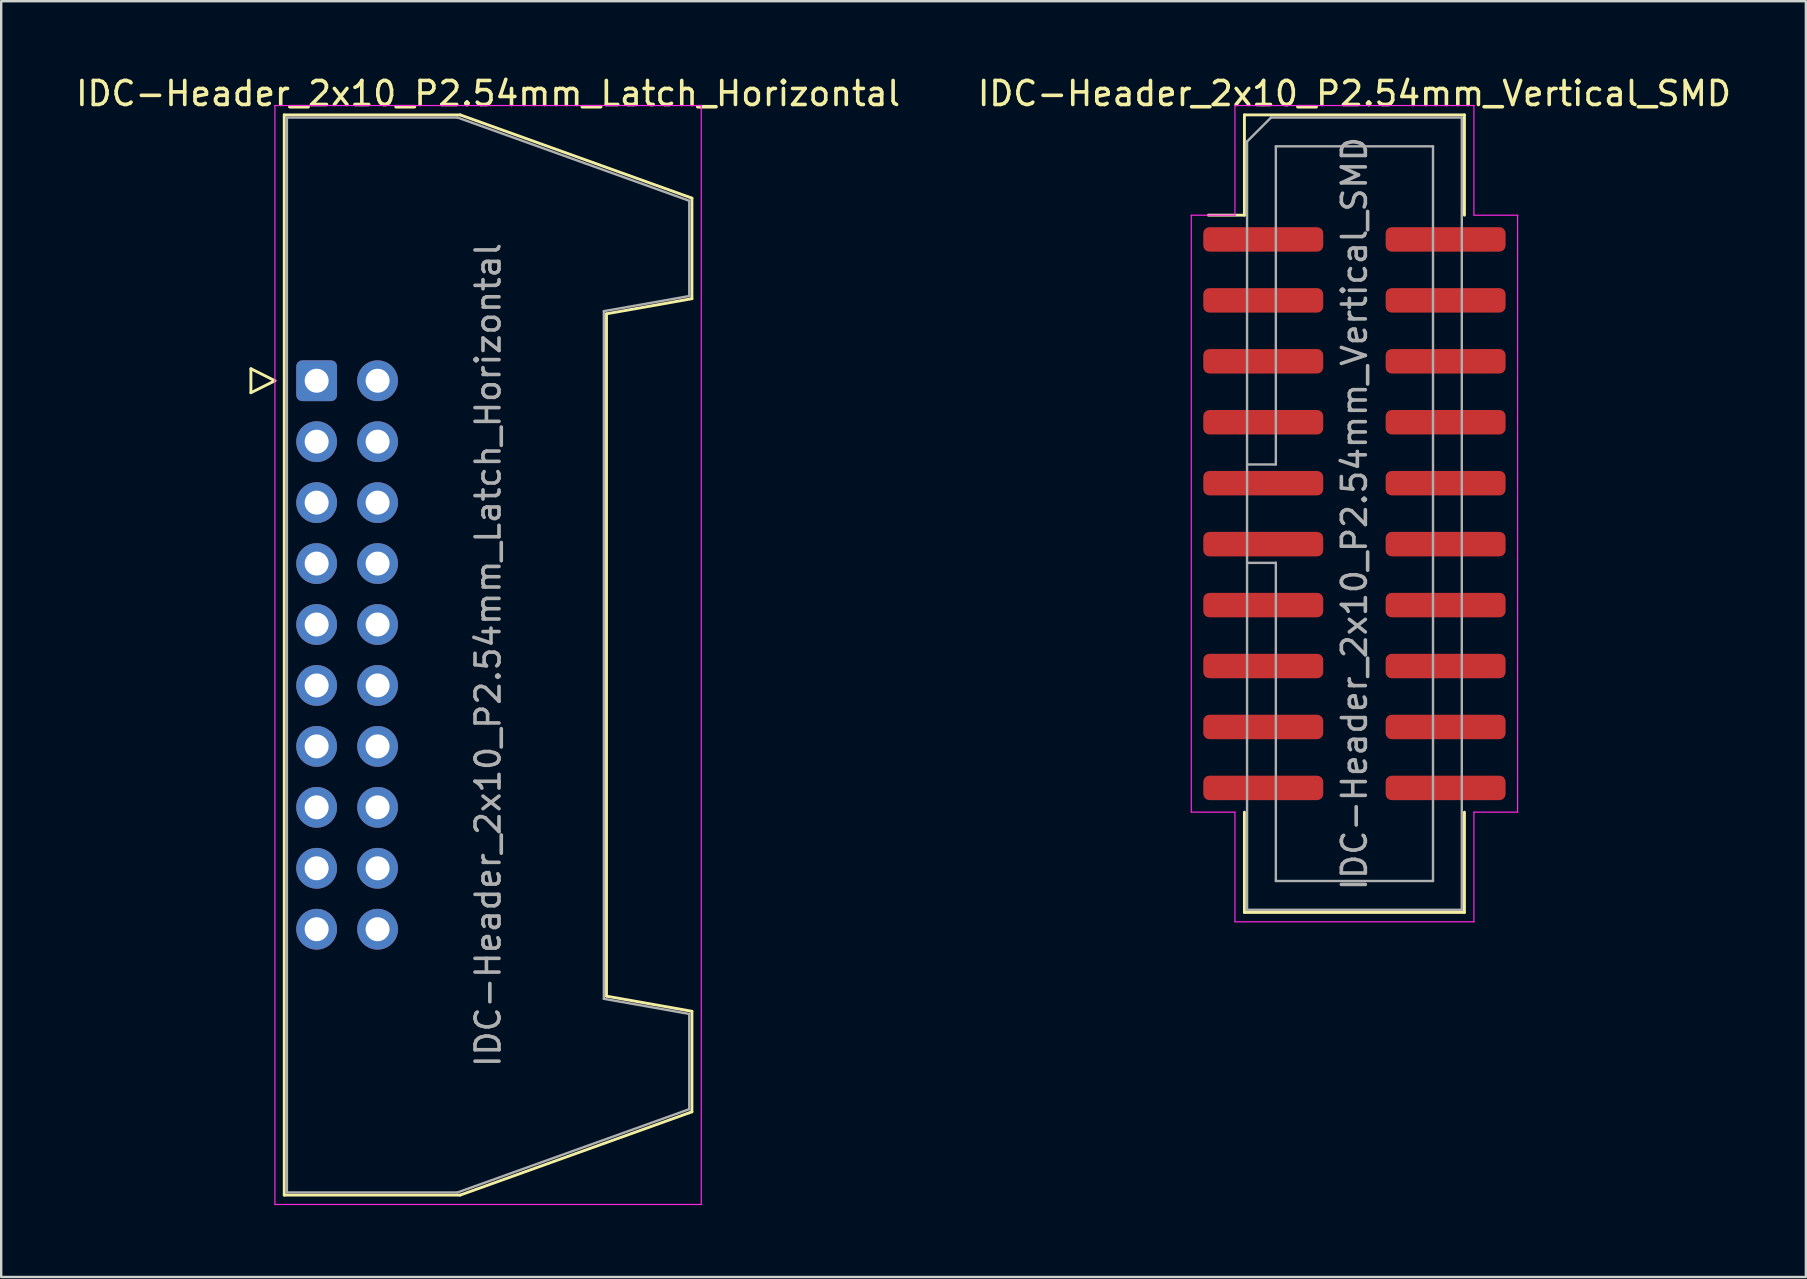
<source format=kicad_pcb>
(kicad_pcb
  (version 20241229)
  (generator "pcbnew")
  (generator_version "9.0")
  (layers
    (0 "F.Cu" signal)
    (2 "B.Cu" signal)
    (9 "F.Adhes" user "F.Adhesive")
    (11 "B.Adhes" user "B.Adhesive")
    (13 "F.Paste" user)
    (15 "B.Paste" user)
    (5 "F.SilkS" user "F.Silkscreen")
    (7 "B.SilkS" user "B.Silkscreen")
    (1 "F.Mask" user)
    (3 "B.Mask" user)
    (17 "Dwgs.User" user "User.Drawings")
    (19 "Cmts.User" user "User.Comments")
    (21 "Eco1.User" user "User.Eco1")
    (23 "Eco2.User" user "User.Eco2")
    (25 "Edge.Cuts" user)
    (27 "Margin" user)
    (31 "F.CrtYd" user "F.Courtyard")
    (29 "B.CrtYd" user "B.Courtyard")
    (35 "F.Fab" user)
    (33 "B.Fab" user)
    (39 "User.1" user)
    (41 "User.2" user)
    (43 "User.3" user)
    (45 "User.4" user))
  (footprint "IDC-Header_2x10_P2.54mm_Latch_Horizontal"
    (layer "F.Cu")
    (at 10.147 12.818)
    (property "Reference" "IDC-Header_2x10_P2.54mm_Latch_Horizontal" (at 7.145 -11.97 0) (layer "F.SilkS") (effects (font (size 1 1) (thickness 0.15))))
    (attr through_hole)
    (fp_line (start -2.74 -0.5) (end -2.74 0.5) (stroke (width 0.12) (type solid)) (layer "F.SilkS"))
    (fp_line (start -2.74 0.5) (end -1.74 0) (stroke (width 0.12) (type solid)) (layer "F.SilkS"))
    (fp_line (start -1.74 0) (end -2.74 -0.5) (stroke (width 0.12) (type solid)) (layer "F.SilkS"))
    (fp_line (start -1.35 -11.08) (end 5.98 -11.08) (stroke (width 0.12) (type solid)) (layer "F.SilkS"))
    (fp_line (start -1.35 33.94) (end -1.35 -11.08) (stroke (width 0.12) (type solid)) (layer "F.SilkS"))
    (fp_line (start 5.98 -11.08) (end 15.64 -7.61) (stroke (width 0.12) (type solid)) (layer "F.SilkS"))
    (fp_line (start 5.98 33.94) (end -1.35 33.94) (stroke (width 0.12) (type solid)) (layer "F.SilkS"))
    (fp_line (start 12.08 -2.79) (end 12.08 25.65) (stroke (width 0.12) (type solid)) (layer "F.SilkS"))
    (fp_line (start 12.08 25.65) (end 15.64 26.28) (stroke (width 0.12) (type solid)) (layer "F.SilkS"))
    (fp_line (start 15.64 -7.61) (end 15.64 -3.42) (stroke (width 0.12) (type solid)) (layer "F.SilkS"))
    (fp_line (start 15.64 -3.42) (end 12.08 -2.79) (stroke (width 0.12) (type solid)) (layer "F.SilkS"))
    (fp_line (start 15.64 26.28) (end 15.64 30.47) (stroke (width 0.12) (type solid)) (layer "F.SilkS"))
    (fp_line (start 15.64 30.47) (end 5.98 33.94) (stroke (width 0.12) (type solid)) (layer "F.SilkS"))
    (fp_line (start -1.74 -11.47) (end -1.74 34.33) (stroke (width 0.05) (type solid)) (layer "F.CrtYd"))
    (fp_line (start -1.74 34.33) (end 16.03 34.33) (stroke (width 0.05) (type solid)) (layer "F.CrtYd"))
    (fp_line (start 16.03 -11.47) (end -1.74 -11.47) (stroke (width 0.05) (type solid)) (layer "F.CrtYd"))
    (fp_line (start 16.03 34.33) (end 16.03 -11.47) (stroke (width 0.05) (type solid)) (layer "F.CrtYd"))
    (fp_line (start -1.24 -10.97) (end 5.87 -10.97) (stroke (width 0.1) (type solid)) (layer "F.Fab"))
    (fp_line (start -1.24 33.83) (end -1.24 -10.97) (stroke (width 0.1) (type solid)) (layer "F.Fab"))
    (fp_line (start 5.87 -10.97) (end 15.53 -7.5) (stroke (width 0.1) (type solid)) (layer "F.Fab"))
    (fp_line (start 5.87 33.83) (end -1.24 33.83) (stroke (width 0.1) (type solid)) (layer "F.Fab"))
    (fp_line (start 11.97 -2.9) (end 11.97 25.76) (stroke (width 0.1) (type solid)) (layer "F.Fab"))
    (fp_line (start 11.97 25.76) (end 15.53 26.39) (stroke (width 0.1) (type solid)) (layer "F.Fab"))
    (fp_line (start 15.53 -7.5) (end 15.53 -3.53) (stroke (width 0.1) (type solid)) (layer "F.Fab"))
    (fp_line (start 15.53 -3.53) (end 11.97 -2.9) (stroke (width 0.1) (type solid)) (layer "F.Fab"))
    (fp_line (start 15.53 26.39) (end 15.53 30.36) (stroke (width 0.1) (type solid)) (layer "F.Fab"))
    (fp_line (start 15.53 30.36) (end 5.87 33.83) (stroke (width 0.1) (type solid)) (layer "F.Fab"))
    (fp_text user "${REFERENCE}" (at 7.145 11.43 90) (layer "F.Fab") (effects (font (size 1 1) (thickness 0.15))))
    (pad "1" thru_hole roundrect (at 0 0) (size 1.7 1.7) (drill 1) (layers "*.Cu" "*.Mask") (roundrect_rratio 0.147))
    (pad "2" thru_hole circle (at 2.54 0) (size 1.7 1.7) (drill 1) (layers "*.Cu" "*.Mask"))
    (pad "3" thru_hole circle (at 0 2.54) (size 1.7 1.7) (drill 1) (layers "*.Cu" "*.Mask"))
    (pad "4" thru_hole circle (at 2.54 2.54) (size 1.7 1.7) (drill 1) (layers "*.Cu" "*.Mask"))
    (pad "5" thru_hole circle (at 0 5.08) (size 1.7 1.7) (drill 1) (layers "*.Cu" "*.Mask"))
    (pad "6" thru_hole circle (at 2.54 5.08) (size 1.7 1.7) (drill 1) (layers "*.Cu" "*.Mask"))
    (pad "7" thru_hole circle (at 0 7.62) (size 1.7 1.7) (drill 1) (layers "*.Cu" "*.Mask"))
    (pad "8" thru_hole circle (at 2.54 7.62) (size 1.7 1.7) (drill 1) (layers "*.Cu" "*.Mask"))
    (pad "9" thru_hole circle (at 0 10.16) (size 1.7 1.7) (drill 1) (layers "*.Cu" "*.Mask"))
    (pad "10" thru_hole circle (at 2.54 10.16) (size 1.7 1.7) (drill 1) (layers "*.Cu" "*.Mask"))
    (pad "11" thru_hole circle (at 0 12.7) (size 1.7 1.7) (drill 1) (layers "*.Cu" "*.Mask"))
    (pad "12" thru_hole circle (at 2.54 12.7) (size 1.7 1.7) (drill 1) (layers "*.Cu" "*.Mask"))
    (pad "13" thru_hole circle (at 0 15.24) (size 1.7 1.7) (drill 1) (layers "*.Cu" "*.Mask"))
    (pad "14" thru_hole circle (at 2.54 15.24) (size 1.7 1.7) (drill 1) (layers "*.Cu" "*.Mask"))
    (pad "15" thru_hole circle (at 0 17.78) (size 1.7 1.7) (drill 1) (layers "*.Cu" "*.Mask"))
    (pad "16" thru_hole circle (at 2.54 17.78) (size 1.7 1.7) (drill 1) (layers "*.Cu" "*.Mask"))
    (pad "17" thru_hole circle (at 0 20.32) (size 1.7 1.7) (drill 1) (layers "*.Cu" "*.Mask"))
    (pad "18" thru_hole circle (at 2.54 20.32) (size 1.7 1.7) (drill 1) (layers "*.Cu" "*.Mask"))
    (pad "19" thru_hole circle (at 0 22.86) (size 1.7 1.7) (drill 1) (layers "*.Cu" "*.Mask"))
    (pad "20" thru_hole circle (at 2.54 22.86) (size 1.7 1.7) (drill 1) (layers "*.Cu" "*.Mask")))
  (footprint "IDC-Header_2x10_P2.54mm_Vertical_SMD"
    (layer "F.Cu")
    (at 53.399 18.358)
    (property "Reference" "IDC-Header_2x10_P2.54mm_Vertical_SMD" (at 0 -17.51 0) (layer "F.SilkS") (effects (font (size 1 1) (thickness 0.15))))
    (attr smd)
    (fp_line (start -4.585 -16.62) (end 4.585 -16.62) (stroke (width 0.12) (type solid)) (layer "F.SilkS"))
    (fp_line (start -4.585 -12.44) (end -6.085 -12.44) (stroke (width 0.12) (type solid)) (layer "F.SilkS"))
    (fp_line (start -4.585 -12.44) (end -4.585 -16.62) (stroke (width 0.12) (type solid)) (layer "F.SilkS"))
    (fp_line (start -4.585 12.44) (end -4.585 16.62) (stroke (width 0.12) (type solid)) (layer "F.SilkS"))
    (fp_line (start -4.585 16.62) (end 4.585 16.62) (stroke (width 0.12) (type solid)) (layer "F.SilkS"))
    (fp_line (start 4.585 -16.62) (end 4.585 -12.44) (stroke (width 0.12) (type solid)) (layer "F.SilkS"))
    (fp_line (start 4.585 16.62) (end 4.585 12.44) (stroke (width 0.12) (type solid)) (layer "F.SilkS"))
    (fp_line (start -6.8 -12.44) (end -6.8 12.44) (stroke (width 0.05) (type solid)) (layer "F.CrtYd"))
    (fp_line (start -6.8 12.44) (end -4.98 12.44) (stroke (width 0.05) (type solid)) (layer "F.CrtYd"))
    (fp_line (start -4.98 -17.01) (end -4.98 -12.44) (stroke (width 0.05) (type solid)) (layer "F.CrtYd"))
    (fp_line (start -4.98 -12.44) (end -6.8 -12.44) (stroke (width 0.05) (type solid)) (layer "F.CrtYd"))
    (fp_line (start -4.98 12.44) (end -4.98 17.01) (stroke (width 0.05) (type solid)) (layer "F.CrtYd"))
    (fp_line (start -4.98 17.01) (end 4.98 17.01) (stroke (width 0.05) (type solid)) (layer "F.CrtYd"))
    (fp_line (start 4.98 -17.01) (end -4.98 -17.01) (stroke (width 0.05) (type solid)) (layer "F.CrtYd"))
    (fp_line (start 4.98 -12.44) (end 4.98 -17.01) (stroke (width 0.05) (type solid)) (layer "F.CrtYd"))
    (fp_line (start 4.98 12.44) (end 6.8 12.44) (stroke (width 0.05) (type solid)) (layer "F.CrtYd"))
    (fp_line (start 4.98 17.01) (end 4.98 12.44) (stroke (width 0.05) (type solid)) (layer "F.CrtYd"))
    (fp_line (start 6.8 -12.44) (end 4.98 -12.44) (stroke (width 0.05) (type solid)) (layer "F.CrtYd"))
    (fp_line (start 6.8 12.44) (end 6.8 -12.44) (stroke (width 0.05) (type solid)) (layer "F.CrtYd"))
    (fp_line (start -4.475 -15.51) (end -3.475 -16.51) (stroke (width 0.1) (type solid)) (layer "F.Fab"))
    (fp_line (start -4.475 -2.05) (end -3.275 -2.05) (stroke (width 0.1) (type solid)) (layer "F.Fab"))
    (fp_line (start -4.475 16.51) (end -4.475 -15.51) (stroke (width 0.1) (type solid)) (layer "F.Fab"))
    (fp_line (start -3.475 -16.51) (end 4.475 -16.51) (stroke (width 0.1) (type solid)) (layer "F.Fab"))
    (fp_line (start -3.275 -15.31) (end 3.275 -15.31) (stroke (width 0.1) (type solid)) (layer "F.Fab"))
    (fp_line (start -3.275 -2.05) (end -3.275 -15.31) (stroke (width 0.1) (type solid)) (layer "F.Fab"))
    (fp_line (start -3.275 2.05) (end -4.475 2.05) (stroke (width 0.1) (type solid)) (layer "F.Fab"))
    (fp_line (start -3.275 2.05) (end -3.275 2.05) (stroke (width 0.1) (type solid)) (layer "F.Fab"))
    (fp_line (start -3.275 15.31) (end -3.275 2.05) (stroke (width 0.1) (type solid)) (layer "F.Fab"))
    (fp_line (start 3.275 -15.31) (end 3.275 15.31) (stroke (width 0.1) (type solid)) (layer "F.Fab"))
    (fp_line (start 3.275 15.31) (end -3.275 15.31) (stroke (width 0.1) (type solid)) (layer "F.Fab"))
    (fp_line (start 4.475 -16.51) (end 4.475 16.51) (stroke (width 0.1) (type solid)) (layer "F.Fab"))
    (fp_line (start 4.475 16.51) (end -4.475 16.51) (stroke (width 0.1) (type solid)) (layer "F.Fab"))
    (fp_text user "${REFERENCE}" (at 0 0 90) (layer "F.Fab") (effects (font (size 1 1) (thickness 0.15))))
    (pad "1" smd roundrect (at -3.8 -11.43) (size 5 1.02) (layers "F.Cu" "F.Mask" "F.Paste") (roundrect_rratio 0.25))
    (pad "2" smd roundrect (at 3.8 -11.43) (size 5 1.02) (layers "F.Cu" "F.Mask" "F.Paste") (roundrect_rratio 0.25))
    (pad "3" smd roundrect (at -3.8 -8.89) (size 5 1.02) (layers "F.Cu" "F.Mask" "F.Paste") (roundrect_rratio 0.25))
    (pad "4" smd roundrect (at 3.8 -8.89) (size 5 1.02) (layers "F.Cu" "F.Mask" "F.Paste") (roundrect_rratio 0.25))
    (pad "5" smd roundrect (at -3.8 -6.35) (size 5 1.02) (layers "F.Cu" "F.Mask" "F.Paste") (roundrect_rratio 0.25))
    (pad "6" smd roundrect (at 3.8 -6.35) (size 5 1.02) (layers "F.Cu" "F.Mask" "F.Paste") (roundrect_rratio 0.25))
    (pad "7" smd roundrect (at -3.8 -3.81) (size 5 1.02) (layers "F.Cu" "F.Mask" "F.Paste") (roundrect_rratio 0.25))
    (pad "8" smd roundrect (at 3.8 -3.81) (size 5 1.02) (layers "F.Cu" "F.Mask" "F.Paste") (roundrect_rratio 0.25))
    (pad "9" smd roundrect (at -3.8 -1.27) (size 5 1.02) (layers "F.Cu" "F.Mask" "F.Paste") (roundrect_rratio 0.25))
    (pad "10" smd roundrect (at 3.8 -1.27) (size 5 1.02) (layers "F.Cu" "F.Mask" "F.Paste") (roundrect_rratio 0.25))
    (pad "11" smd roundrect (at -3.8 1.27) (size 5 1.02) (layers "F.Cu" "F.Mask" "F.Paste") (roundrect_rratio 0.25))
    (pad "12" smd roundrect (at 3.8 1.27) (size 5 1.02) (layers "F.Cu" "F.Mask" "F.Paste") (roundrect_rratio 0.25))
    (pad "13" smd roundrect (at -3.8 3.81) (size 5 1.02) (layers "F.Cu" "F.Mask" "F.Paste") (roundrect_rratio 0.25))
    (pad "14" smd roundrect (at 3.8 3.81) (size 5 1.02) (layers "F.Cu" "F.Mask" "F.Paste") (roundrect_rratio 0.25))
    (pad "15" smd roundrect (at -3.8 6.35) (size 5 1.02) (layers "F.Cu" "F.Mask" "F.Paste") (roundrect_rratio 0.25))
    (pad "16" smd roundrect (at 3.8 6.35) (size 5 1.02) (layers "F.Cu" "F.Mask" "F.Paste") (roundrect_rratio 0.25))
    (pad "17" smd roundrect (at -3.8 8.89) (size 5 1.02) (layers "F.Cu" "F.Mask" "F.Paste") (roundrect_rratio 0.25))
    (pad "18" smd roundrect (at 3.8 8.89) (size 5 1.02) (layers "F.Cu" "F.Mask" "F.Paste") (roundrect_rratio 0.25))
    (pad "19" smd roundrect (at -3.8 11.43) (size 5 1.02) (layers "F.Cu" "F.Mask" "F.Paste") (roundrect_rratio 0.25))
    (pad "20" smd roundrect (at 3.8 11.43) (size 5 1.02) (layers "F.Cu" "F.Mask" "F.Paste") (roundrect_rratio 0.25)))
  (gr_rect
    (start -3 -3)
    (end 72.214 50.173)
    (stroke (width 0.1) (type default))
    (fill no)
    (layer "Edge.Cuts")))
</source>
